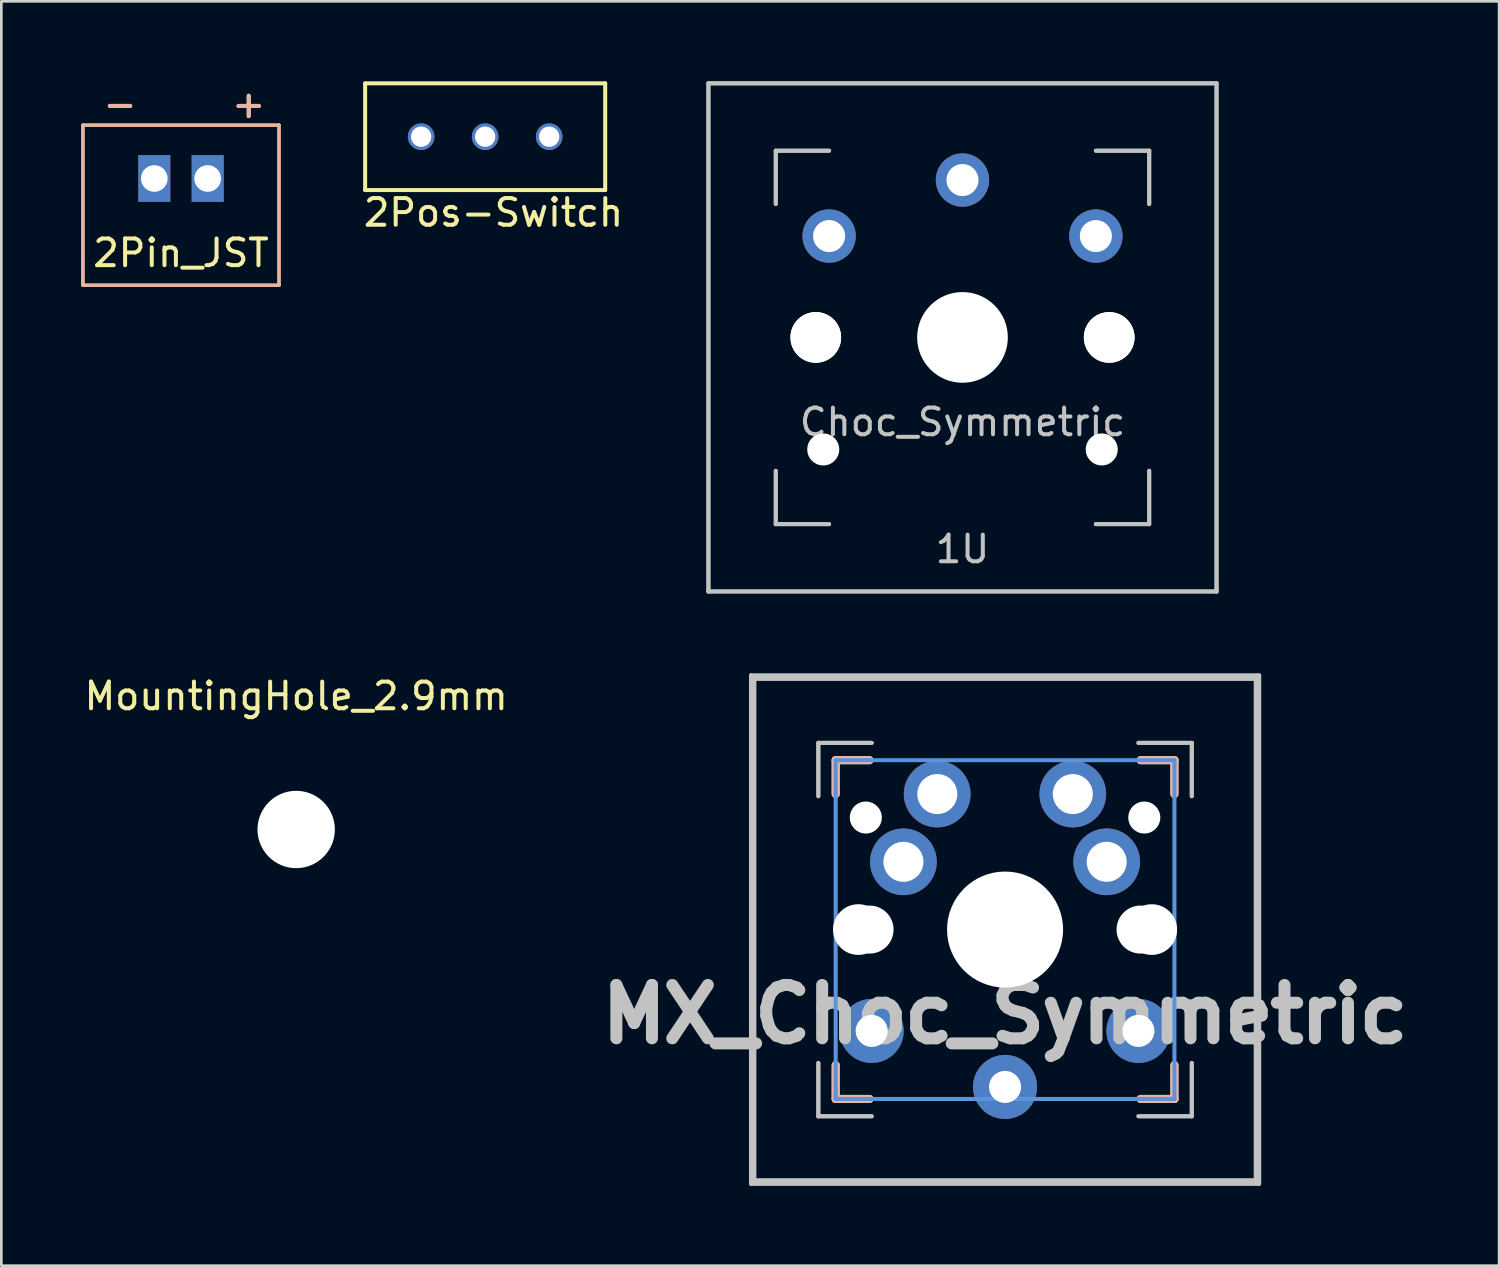
<source format=kicad_pcb>
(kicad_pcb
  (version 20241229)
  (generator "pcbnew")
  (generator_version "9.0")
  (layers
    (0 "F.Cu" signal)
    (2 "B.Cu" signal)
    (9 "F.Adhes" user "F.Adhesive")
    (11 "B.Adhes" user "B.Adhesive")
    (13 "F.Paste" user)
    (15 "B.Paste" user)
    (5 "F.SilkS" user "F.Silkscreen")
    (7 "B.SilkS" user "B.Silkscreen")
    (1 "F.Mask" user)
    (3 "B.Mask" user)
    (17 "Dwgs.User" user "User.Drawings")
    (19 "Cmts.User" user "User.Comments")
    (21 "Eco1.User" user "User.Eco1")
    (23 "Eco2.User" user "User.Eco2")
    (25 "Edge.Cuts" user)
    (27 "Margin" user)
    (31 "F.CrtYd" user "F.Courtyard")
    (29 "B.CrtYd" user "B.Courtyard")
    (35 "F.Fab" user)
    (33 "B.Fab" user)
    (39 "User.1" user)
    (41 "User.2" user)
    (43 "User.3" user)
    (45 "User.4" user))
  (footprint "2Pos-Switch"
    (layer "F.Cu")
    (at 15.139 2.075)
    (property "Reference" "2Pos-Switch" (at 0.313 2.846 0) (layer "F.SilkS") (effects (font (size 1 1) (thickness 0.15))))
    (attr through_hole)
    (fp_line (start -4.5 -2) (end -4.5 2) (stroke (width 0.15) (type solid)) (layer "F.SilkS"))
    (fp_line (start 4.5 -2) (end -4.5 -2) (stroke (width 0.15) (type solid)) (layer "F.SilkS"))
    (fp_line (start 4.5 2) (end -4.5 2) (stroke (width 0.15) (type solid)) (layer "F.SilkS"))
    (fp_line (start 4.5 2) (end 4.5 -2) (stroke (width 0.15) (type solid)) (layer "F.SilkS"))
    (pad "1" thru_hole circle (at -2.4 0) (size 1 1) (drill 0.762) (layers "*.Cu" "*.Mask"))
    (pad "2" thru_hole circle (at 0 0) (size 1 1) (drill 0.762) (layers "*.Cu" "*.Mask"))
    (pad "3" thru_hole circle (at 2.4 0) (size 1 1) (drill 0.762) (layers "*.Cu" "*.Mask")))
  (footprint "Choc_Symmetric"
    (layer "F.Cu")
    (at 33.034 9.6)
    (property "Reference" "Choc_Symmetric" (at 0 3.175 0) (layer "Dwgs.User") (effects (font (size 1 1) (thickness 0.15))))
    (attr through_hole)
    (fp_line (start -9.525 -9.525) (end 9.525 -9.525) (stroke (width 0.15) (type solid)) (layer "Dwgs.User"))
    (fp_line (start -9.525 -9.525) (end 9.525 -9.525) (stroke (width 0.15) (type solid)) (layer "Dwgs.User"))
    (fp_line (start -9.525 9.525) (end -9.525 -9.525) (stroke (width 0.15) (type solid)) (layer "Dwgs.User"))
    (fp_line (start -9.525 9.525) (end -9.525 -9.525) (stroke (width 0.15) (type solid)) (layer "Dwgs.User"))
    (fp_line (start -7 -7) (end -7 -5) (stroke (width 0.15) (type solid)) (layer "Dwgs.User"))
    (fp_line (start -7 -7) (end -7 -5) (stroke (width 0.15) (type solid)) (layer "Dwgs.User"))
    (fp_line (start -7 5) (end -7 7) (stroke (width 0.15) (type solid)) (layer "Dwgs.User"))
    (fp_line (start -7 7) (end -7 5) (stroke (width 0.15) (type solid)) (layer "Dwgs.User"))
    (fp_line (start -7 7) (end -5 7) (stroke (width 0.15) (type solid)) (layer "Dwgs.User"))
    (fp_line (start -5 -7) (end -7 -7) (stroke (width 0.15) (type solid)) (layer "Dwgs.User"))
    (fp_line (start -5 -7) (end -7 -7) (stroke (width 0.15) (type solid)) (layer "Dwgs.User"))
    (fp_line (start -5 7) (end -7 7) (stroke (width 0.15) (type solid)) (layer "Dwgs.User"))
    (fp_line (start 5 -7) (end 7 -7) (stroke (width 0.15) (type solid)) (layer "Dwgs.User"))
    (fp_line (start 5 7) (end 7 7) (stroke (width 0.15) (type solid)) (layer "Dwgs.User"))
    (fp_line (start 5 7) (end 7 7) (stroke (width 0.15) (type solid)) (layer "Dwgs.User"))
    (fp_line (start 7 -7) (end 5 -7) (stroke (width 0.15) (type solid)) (layer "Dwgs.User"))
    (fp_line (start 7 -7) (end 7 -5) (stroke (width 0.15) (type solid)) (layer "Dwgs.User"))
    (fp_line (start 7 -5) (end 7 -7) (stroke (width 0.15) (type solid)) (layer "Dwgs.User"))
    (fp_line (start 7 7) (end 7 5) (stroke (width 0.15) (type solid)) (layer "Dwgs.User"))
    (fp_line (start 7 7) (end 7 5) (stroke (width 0.15) (type solid)) (layer "Dwgs.User"))
    (fp_line (start 9.525 -9.525) (end 9.525 9.525) (stroke (width 0.15) (type solid)) (layer "Dwgs.User"))
    (fp_line (start 9.525 -9.525) (end 9.525 9.525) (stroke (width 0.15) (type solid)) (layer "Dwgs.User"))
    (fp_line (start 9.525 9.525) (end -9.525 9.525) (stroke (width 0.15) (type solid)) (layer "Dwgs.User"))
    (fp_line (start 9.525 9.525) (end -9.525 9.525) (stroke (width 0.15) (type solid)) (layer "Dwgs.User"))
    (fp_text user "1U" (at 0 7.938 180) (layer "Dwgs.User") (effects (font (size 1 1) (thickness 0.15))))
    (pad "" np_thru_hole circle (at -5.5 0 48.1) (size 1.9 1.9) (drill 1.9) (layers "*.Cu" "*.Mask"))
    (pad "" np_thru_hole circle (at -5.5 0 228.1) (size 1.9 1.9) (drill 1.9) (layers "*.Cu" "*.Mask"))
    (pad "" np_thru_hole circle (at -5.22 4.2 180) (size 1.2 1.2) (drill 1.2) (layers "*.Cu" "*.Mask"))
    (pad "" np_thru_hole circle (at 0 0) (size 3.4 3.4) (drill 3.4) (layers "*.Cu" "*.Mask"))
    (pad "" np_thru_hole circle (at 5.22 4.2 180) (size 1.2 1.2) (drill 1.2) (layers "*.Cu" "*.Mask"))
    (pad "" np_thru_hole circle (at 5.5 0 48.1) (size 1.9 1.9) (drill 1.9) (layers "*.Cu" "*.Mask"))
    (pad "" np_thru_hole circle (at 5.5 0 228.1) (size 1.9 1.9) (drill 1.9) (layers "*.Cu" "*.Mask"))
    (pad "1" thru_hole circle (at -5 -3.8 180) (size 2 2) (drill 1.2) (layers "*.Cu" "*.Mask"))
    (pad "1" thru_hole circle (at 5 -3.8) (size 2 2) (drill 1.2) (layers "*.Cu" "*.Mask"))
    (pad "2" thru_hole circle (at 0 -5.9) (size 2 2) (drill 1.2) (layers "*.Cu" "*.Mask")))
  (footprint "MountingHole_2.9mm"
    (layer "F.Cu")
    (at 8.054 28.048)
    (property "Reference" "MountingHole_2.9mm" (at 0 -5 0) (layer "F.SilkS") (effects (font (size 1 1) (thickness 0.15))))
    (attr exclude_from_pos_files exclude_from_bom)
    (pad "" np_thru_hole circle (at 0 0) (size 2.9 2.9) (drill 2.9) (layers "*.Cu" "*.Mask")))
  (footprint "MX_Choc_Symmetric"
    (layer "F.Cu")
    (at 34.63 31.8)
    (property "Reference" "MX_Choc_Symmetric" (at 0 3.175 0) (layer "Dwgs.User") (effects (font (size 2 2) (thickness 0.45))))
    (attr through_hole)
    (fp_line (start -6.35 -6.35) (end -5.08 -6.35) (stroke (width 0.3) (type solid)) (layer "F.SilkS"))
    (fp_line (start -6.35 -5.08) (end -6.35 -6.35) (stroke (width 0.3) (type solid)) (layer "F.SilkS"))
    (fp_line (start -6.35 5.08) (end -6.35 6.35) (stroke (width 0.3) (type solid)) (layer "F.SilkS"))
    (fp_line (start -6.35 6.35) (end -5.08 6.35) (stroke (width 0.3) (type solid)) (layer "F.SilkS"))
    (fp_line (start 5.08 -6.35) (end 6.35 -6.35) (stroke (width 0.3) (type solid)) (layer "F.SilkS"))
    (fp_line (start 6.35 -6.35) (end 6.35 -5.08) (stroke (width 0.3) (type solid)) (layer "F.SilkS"))
    (fp_line (start 6.35 5.08) (end 6.35 6.35) (stroke (width 0.3) (type solid)) (layer "F.SilkS"))
    (fp_line (start 6.35 6.35) (end 5.08 6.35) (stroke (width 0.3) (type solid)) (layer "F.SilkS"))
    (fp_line (start -6.35 -6.35) (end -5.08 -6.35) (stroke (width 0.3) (type solid)) (layer "B.SilkS"))
    (fp_line (start -6.35 -5.08) (end -6.35 -6.35) (stroke (width 0.3) (type solid)) (layer "B.SilkS"))
    (fp_line (start -6.35 5.08) (end -6.35 6.35) (stroke (width 0.3) (type solid)) (layer "B.SilkS"))
    (fp_line (start -6.35 6.35) (end -5.08 6.35) (stroke (width 0.3) (type solid)) (layer "B.SilkS"))
    (fp_line (start 5.08 6.35) (end 6.35 6.35) (stroke (width 0.3) (type solid)) (layer "B.SilkS"))
    (fp_line (start 6.35 -6.35) (end 5.08 -6.35) (stroke (width 0.3) (type solid)) (layer "B.SilkS"))
    (fp_line (start 6.35 -5.08) (end 6.35 -6.35) (stroke (width 0.3) (type solid)) (layer "B.SilkS"))
    (fp_line (start 6.35 6.35) (end 6.35 5.08) (stroke (width 0.3) (type solid)) (layer "B.SilkS"))
    (fp_line (start -9.525 -9.525) (end 9.525 -9.525) (stroke (width 0.15) (type solid)) (layer "Dwgs.User"))
    (fp_line (start -9.525 -9.525) (end 9.525 -9.525) (stroke (width 0.15) (type solid)) (layer "Dwgs.User"))
    (fp_line (start -9.525 9.525) (end -9.525 -9.525) (stroke (width 0.15) (type solid)) (layer "Dwgs.User"))
    (fp_line (start -9.525 9.525) (end -9.525 -9.525) (stroke (width 0.15) (type solid)) (layer "Dwgs.User"))
    (fp_line (start -9.398 -9.398) (end 9.398 -9.398) (stroke (width 0.152) (type solid)) (layer "Dwgs.User"))
    (fp_line (start -9.398 9.398) (end -9.398 -9.398) (stroke (width 0.152) (type solid)) (layer "Dwgs.User"))
    (fp_line (start -7 -7) (end -7 -5) (stroke (width 0.15) (type solid)) (layer "Dwgs.User"))
    (fp_line (start -7 -7) (end -7 -5) (stroke (width 0.15) (type solid)) (layer "Dwgs.User"))
    (fp_line (start -7 5) (end -7 7) (stroke (width 0.15) (type solid)) (layer "Dwgs.User"))
    (fp_line (start -7 7) (end -7 5) (stroke (width 0.15) (type solid)) (layer "Dwgs.User"))
    (fp_line (start -7 7) (end -5 7) (stroke (width 0.15) (type solid)) (layer "Dwgs.User"))
    (fp_line (start -5 -7) (end -7 -7) (stroke (width 0.15) (type solid)) (layer "Dwgs.User"))
    (fp_line (start -5 -7) (end -7 -7) (stroke (width 0.15) (type solid)) (layer "Dwgs.User"))
    (fp_line (start -5 7) (end -7 7) (stroke (width 0.15) (type solid)) (layer "Dwgs.User"))
    (fp_line (start 5 -7) (end 7 -7) (stroke (width 0.15) (type solid)) (layer "Dwgs.User"))
    (fp_line (start 5 7) (end 7 7) (stroke (width 0.15) (type solid)) (layer "Dwgs.User"))
    (fp_line (start 5 7) (end 7 7) (stroke (width 0.15) (type solid)) (layer "Dwgs.User"))
    (fp_line (start 7 -7) (end 5 -7) (stroke (width 0.15) (type solid)) (layer "Dwgs.User"))
    (fp_line (start 7 -7) (end 7 -5) (stroke (width 0.15) (type solid)) (layer "Dwgs.User"))
    (fp_line (start 7 -5) (end 7 -7) (stroke (width 0.15) (type solid)) (layer "Dwgs.User"))
    (fp_line (start 7 7) (end 7 5) (stroke (width 0.15) (type solid)) (layer "Dwgs.User"))
    (fp_line (start 7 7) (end 7 5) (stroke (width 0.15) (type solid)) (layer "Dwgs.User"))
    (fp_line (start 9.398 -9.398) (end 9.398 9.398) (stroke (width 0.152) (type solid)) (layer "Dwgs.User"))
    (fp_line (start 9.398 9.398) (end -9.398 9.398) (stroke (width 0.152) (type solid)) (layer "Dwgs.User"))
    (fp_line (start 9.525 -9.525) (end 9.525 9.525) (stroke (width 0.15) (type solid)) (layer "Dwgs.User"))
    (fp_line (start 9.525 -9.525) (end 9.525 9.525) (stroke (width 0.15) (type solid)) (layer "Dwgs.User"))
    (fp_line (start 9.525 9.525) (end -9.525 9.525) (stroke (width 0.15) (type solid)) (layer "Dwgs.User"))
    (fp_line (start 9.525 9.525) (end -9.525 9.525) (stroke (width 0.15) (type solid)) (layer "Dwgs.User"))
    (fp_line (start -6.35 -6.35) (end 6.35 -6.35) (stroke (width 0.152) (type solid)) (layer "Cmts.User"))
    (fp_line (start -6.35 6.35) (end -6.35 -6.35) (stroke (width 0.152) (type solid)) (layer "Cmts.User"))
    (fp_line (start 6.35 -6.35) (end 6.35 6.35) (stroke (width 0.152) (type solid)) (layer "Cmts.User"))
    (fp_line (start 6.35 6.35) (end -6.35 6.35) (stroke (width 0.152) (type solid)) (layer "Cmts.User"))
    (fp_line (start -6.985 -6.985) (end 6.985 -6.985) (stroke (width 0.152) (type solid)) (layer "Eco2.User"))
    (fp_line (start -6.985 6.985) (end -6.985 -6.985) (stroke (width 0.152) (type solid)) (layer "Eco2.User"))
    (fp_line (start 6.985 -6.985) (end 6.985 6.985) (stroke (width 0.152) (type solid)) (layer "Eco2.User"))
    (fp_line (start 6.985 6.985) (end -6.985 6.985) (stroke (width 0.152) (type solid)) (layer "Eco2.User"))
    (pad "" np_thru_hole circle (at -5.5 0 228.1) (size 1.9 1.9) (drill 1.9) (layers "*.Cu" "*.Mask"))
    (pad "" np_thru_hole circle (at -5.22 -4.2 180) (size 1.2 1.2) (drill 1.2) (layers "*.Cu" "*.Mask"))
    (pad "" np_thru_hole circle (at -5.08 0) (size 1.8 1.8) (drill 1.8) (layers "*.Cu" "*.Mask"))
    (pad "" np_thru_hole circle (at 0 0 228.1) (size 4.35 4.35) (drill 4.35) (layers "*.Cu" "*.Mask"))
    (pad "" np_thru_hole circle (at 5.08 0) (size 1.8 1.8) (drill 1.8) (layers "*.Cu" "*.Mask"))
    (pad "" np_thru_hole circle (at 5.22 -4.2 180) (size 1.2 1.2) (drill 1.2) (layers "*.Cu" "*.Mask"))
    (pad "" np_thru_hole circle (at 5.5 0 228.1) (size 1.9 1.9) (drill 1.9) (layers "*.Cu" "*.Mask"))
    (pad "1" thru_hole circle (at -5 3.8 180) (size 2 2) (drill 1.2) (layers "*.Cu" "*.Mask"))
    (pad "1" smd circle (at -5 3.8) (size 2.4 2.4) (layers "F.Cu"))
    (pad "1" smd circle (at -5 3.8) (size 2.4 2.4) (layers "B.Cu"))
    (pad "1" thru_hole circle (at -3.81 -2.54 330.95) (size 2 2) (drill 1.5) (layers "*.Cu" "*.Mask"))
    (pad "1" smd circle (at -3.81 -2.54 138.1) (size 2.5 2.5) (layers "F.Cu"))
    (pad "1" smd circle (at -3.81 -2.54 138.1) (size 2.5 2.5) (layers "B.Cu"))
    (pad "1" smd circle (at -2.55 -5.08 3.9) (size 2.5 2.5) (layers "F.Cu"))
    (pad "1" thru_hole circle (at -2.54 -5.08 330.95) (size 2 2) (drill 1.5) (layers "*.Cu" "*.Mask"))
    (pad "1" smd circle (at -2.54 -5.08 3.9) (size 2.5 2.5) (layers "B.Cu"))
    (pad "1" thru_hole circle (at 5 3.8 180) (size 2 2) (drill 1.2) (layers "*.Cu" "*.Mask"))
    (pad "1" smd circle (at 5 3.8) (size 2.4 2.4) (layers "F.Cu"))
    (pad "1" smd circle (at 5 3.8) (size 2.4 2.4) (layers "B.Cu"))
    (pad "2" thru_hole circle (at 0 5.9 180) (size 2 2) (drill 1.2) (layers "*.Cu" "*.Mask"))
    (pad "2" smd circle (at 0 5.9) (size 2.4 2.4) (layers "F.Cu"))
    (pad "2" smd circle (at 0 5.9) (size 2.4 2.4) (layers "B.Cu"))
    (pad "2" thru_hole circle (at 2.54 -5.08 331) (size 2 2) (drill 1.5) (layers "*.Cu" "*.Mask"))
    (pad "2" smd circle (at 2.54 -5.08 356.1) (size 2.5 2.5) (layers "F.Cu"))
    (pad "2" smd circle (at 2.54 -5.08 356.1) (size 2.5 2.5) (layers "B.Cu"))
    (pad "2" thru_hole circle (at 3.81 -2.54 331) (size 2 2) (drill 1.5) (layers "*.Cu" "*.Mask"))
    (pad "2" smd circle (at 3.81 -2.54 221.9) (size 2.5 2.5) (layers "F.Cu"))
    (pad "2" smd circle (at 3.81 -2.54 221.9) (size 2.5 2.5) (layers "B.Cu")))
  (footprint "2Pin_JST"
    (layer "F.Cu")
    (at 3.735 3.642)
    (property "Reference" "2Pin_JST" (at 0 2.794 0) (layer "F.SilkS") (effects (font (size 1 1) (thickness 0.15))))
    (attr through_hole)
    (fp_line (start -3.675 -2) (end -3.675 4) (stroke (width 0.12) (type solid)) (layer "F.SilkS"))
    (fp_line (start -3.675 -2) (end 3.675 -2) (stroke (width 0.12) (type solid)) (layer "F.SilkS"))
    (fp_line (start -3.675 4) (end 3.675 4) (stroke (width 0.12) (type solid)) (layer "F.SilkS"))
    (fp_line (start 3.675 -2) (end 3.675 4) (stroke (width 0.12) (type solid)) (layer "F.SilkS"))
    (fp_line (start -3.675 -2) (end -3.675 4) (stroke (width 0.12) (type solid)) (layer "B.SilkS"))
    (fp_line (start -3.675 -2) (end 3.675 -2) (stroke (width 0.12) (type solid)) (layer "B.SilkS"))
    (fp_line (start -3.675 4) (end 3.675 4) (stroke (width 0.12) (type solid)) (layer "B.SilkS"))
    (fp_line (start 3.675 -2) (end 3.675 4) (stroke (width 0.12) (type solid)) (layer "B.SilkS"))
    (fp_text user "-" (at -2.286 -2.794 0) (layer "F.SilkS") (effects (font (size 1 1) (thickness 0.15))))
    (fp_text user "+" (at 2.54 -2.794 0) (layer "F.SilkS") (effects (font (size 1 1) (thickness 0.15))))
    (fp_text user "+" (at 2.54 -2.794 0) (layer "B.SilkS") (effects (font (size 1 1) (thickness 0.15)) (justify mirror)))
    (fp_text user "-" (at -2.286 -2.794 0) (layer "B.SilkS") (effects (font (size 1 1) (thickness 0.15)) (justify mirror)))
    (pad "1" thru_hole rect (at -1 0) (size 1.2 1.75) (drill 1) (layers "*.Cu" "*.Mask"))
    (pad "2" thru_hole rect (at 1 0) (size 1.2 1.75) (drill 1) (layers "*.Cu" "*.Mask")))
  (gr_rect
    (start -3 -3)
    (end 53.152 44.4)
    (stroke (width 0.1) (type default))
    (fill no)
    (layer "Edge.Cuts")))
</source>
